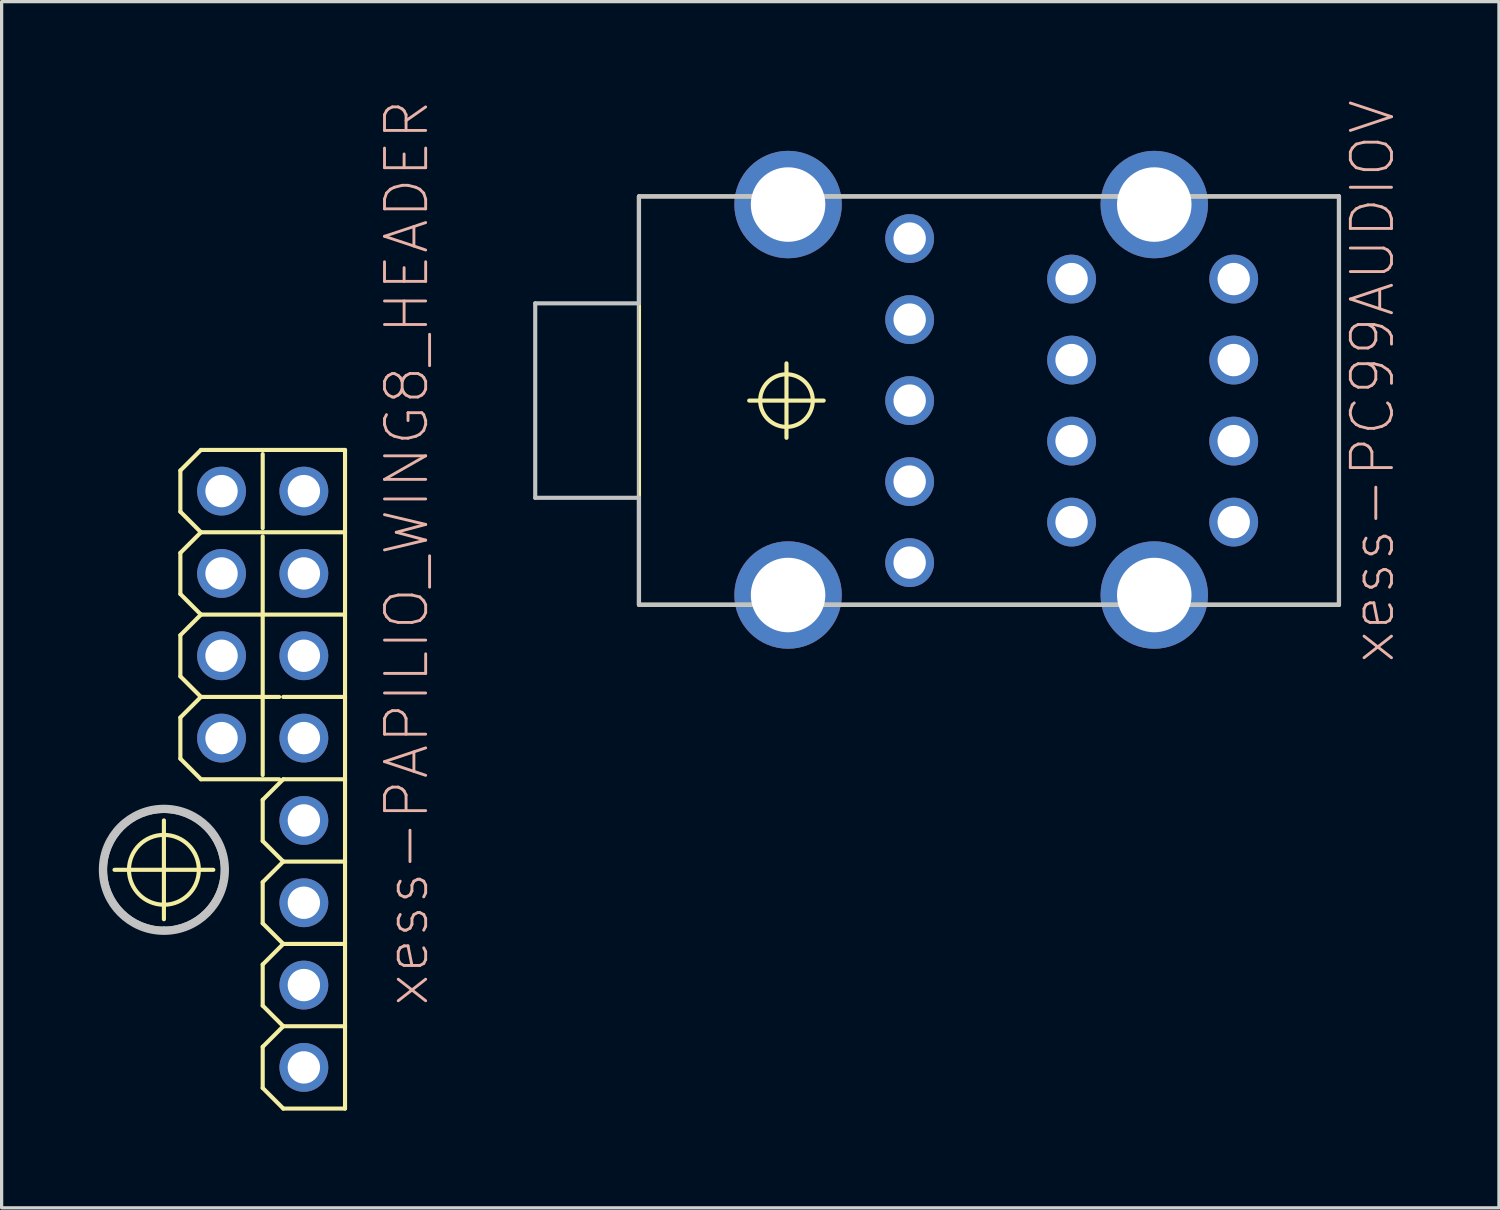
<source format=kicad_pcb>
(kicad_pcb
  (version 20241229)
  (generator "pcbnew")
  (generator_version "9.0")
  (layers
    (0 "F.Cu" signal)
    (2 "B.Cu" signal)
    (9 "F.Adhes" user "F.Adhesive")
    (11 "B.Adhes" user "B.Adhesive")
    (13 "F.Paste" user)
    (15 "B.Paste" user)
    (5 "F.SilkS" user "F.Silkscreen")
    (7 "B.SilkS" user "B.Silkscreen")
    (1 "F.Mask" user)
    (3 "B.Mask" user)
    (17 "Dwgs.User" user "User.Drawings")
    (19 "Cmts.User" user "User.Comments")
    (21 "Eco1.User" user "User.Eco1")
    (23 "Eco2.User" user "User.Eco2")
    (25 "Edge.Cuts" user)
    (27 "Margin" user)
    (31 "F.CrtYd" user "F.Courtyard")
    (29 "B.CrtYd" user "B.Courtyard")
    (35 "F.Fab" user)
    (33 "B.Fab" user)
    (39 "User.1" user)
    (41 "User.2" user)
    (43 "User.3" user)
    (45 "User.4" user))
  (footprint "xess-PAPILIO_WING8_HEADER"
    (layer "F.Cu")
    (at 6.325 12.102)
    (property "Reference" "xess-PAPILIO_WING8_HEADER" (at 3.175 1.905 90) (layer "B.SilkS") (effects (font (size 1.27 1.27) (thickness 0.089))))
    (attr exclude_from_pos_files exclude_from_bom)
    (fp_line (start -5.842 11.684) (end -2.794 11.684) (stroke (width 0.127) (type solid)) (layer "F.SilkS"))
    (fp_line (start -4.318 13.208) (end -4.318 10.16) (stroke (width 0.127) (type solid)) (layer "F.SilkS"))
    (fp_line (start -3.81 -0.635) (end -3.175 -1.27) (stroke (width 0.127) (type solid)) (layer "F.SilkS"))
    (fp_line (start -3.81 0.635) (end -3.81 -0.635) (stroke (width 0.127) (type solid)) (layer "F.SilkS"))
    (fp_line (start -3.81 1.905) (end -3.175 1.27) (stroke (width 0.127) (type solid)) (layer "F.SilkS"))
    (fp_line (start -3.81 3.175) (end -3.81 1.905) (stroke (width 0.127) (type solid)) (layer "F.SilkS"))
    (fp_line (start -3.81 4.445) (end -3.175 3.81) (stroke (width 0.127) (type solid)) (layer "F.SilkS"))
    (fp_line (start -3.81 5.715) (end -3.81 4.445) (stroke (width 0.127) (type solid)) (layer "F.SilkS"))
    (fp_line (start -3.81 5.715) (end -3.175 6.35) (stroke (width 0.127) (type solid)) (layer "F.SilkS"))
    (fp_line (start -3.81 6.985) (end -3.175 6.35) (stroke (width 0.127) (type solid)) (layer "F.SilkS"))
    (fp_line (start -3.81 8.255) (end -3.81 6.985) (stroke (width 0.127) (type solid)) (layer "F.SilkS"))
    (fp_line (start -3.175 -1.27) (end 1.27 -1.27) (stroke (width 0.127) (type solid)) (layer "F.SilkS"))
    (fp_line (start -3.175 1.27) (end -3.81 0.635) (stroke (width 0.127) (type solid)) (layer "F.SilkS"))
    (fp_line (start -3.175 1.27) (end 1.27 1.27) (stroke (width 0.127) (type solid)) (layer "F.SilkS"))
    (fp_line (start -3.175 3.81) (end -3.81 3.175) (stroke (width 0.127) (type solid)) (layer "F.SilkS"))
    (fp_line (start -3.175 3.81) (end 1.27 3.81) (stroke (width 0.127) (type solid)) (layer "F.SilkS"))
    (fp_line (start -3.175 6.35) (end -0.762 6.35) (stroke (width 0.127) (type solid)) (layer "F.SilkS"))
    (fp_line (start -3.175 8.89) (end -3.81 8.255) (stroke (width 0.127) (type solid)) (layer "F.SilkS"))
    (fp_line (start -3.175 8.89) (end -0.762 8.89) (stroke (width 0.127) (type solid)) (layer "F.SilkS"))
    (fp_line (start -1.27 1.143) (end -1.27 -1.143) (stroke (width 0.127) (type solid)) (layer "F.SilkS"))
    (fp_line (start -1.27 8.76) (end -1.27 1.397) (stroke (width 0.127) (type solid)) (layer "F.SilkS"))
    (fp_line (start -1.27 9.525) (end -0.635 8.89) (stroke (width 0.127) (type solid)) (layer "F.SilkS"))
    (fp_line (start -1.27 10.795) (end -1.27 9.525) (stroke (width 0.127) (type solid)) (layer "F.SilkS"))
    (fp_line (start -1.27 12.065) (end -0.635 11.43) (stroke (width 0.127) (type solid)) (layer "F.SilkS"))
    (fp_line (start -1.27 13.335) (end -1.27 12.065) (stroke (width 0.127) (type solid)) (layer "F.SilkS"))
    (fp_line (start -1.27 13.335) (end -0.635 13.97) (stroke (width 0.127) (type solid)) (layer "F.SilkS"))
    (fp_line (start -1.27 14.605) (end -0.635 13.97) (stroke (width 0.127) (type solid)) (layer "F.SilkS"))
    (fp_line (start -1.27 15.875) (end -1.27 14.605) (stroke (width 0.127) (type solid)) (layer "F.SilkS"))
    (fp_line (start -1.27 17.145) (end -0.635 16.51) (stroke (width 0.127) (type solid)) (layer "F.SilkS"))
    (fp_line (start -1.27 18.415) (end -1.27 17.145) (stroke (width 0.127) (type solid)) (layer "F.SilkS"))
    (fp_line (start -0.635 6.35) (end 1.27 6.35) (stroke (width 0.127) (type solid)) (layer "F.SilkS"))
    (fp_line (start -0.635 8.89) (end 1.27 8.89) (stroke (width 0.127) (type solid)) (layer "F.SilkS"))
    (fp_line (start -0.635 11.43) (end -1.27 10.795) (stroke (width 0.127) (type solid)) (layer "F.SilkS"))
    (fp_line (start -0.635 11.43) (end 1.27 11.43) (stroke (width 0.127) (type solid)) (layer "F.SilkS"))
    (fp_line (start -0.635 13.97) (end 1.27 13.97) (stroke (width 0.127) (type solid)) (layer "F.SilkS"))
    (fp_line (start -0.635 16.51) (end -1.27 15.875) (stroke (width 0.127) (type solid)) (layer "F.SilkS"))
    (fp_line (start -0.635 16.51) (end 1.27 16.51) (stroke (width 0.127) (type solid)) (layer "F.SilkS"))
    (fp_line (start -0.635 19.05) (end -1.27 18.415) (stroke (width 0.127) (type solid)) (layer "F.SilkS"))
    (fp_line (start -0.635 19.05) (end 1.27 19.05) (stroke (width 0.127) (type solid)) (layer "F.SilkS"))
    (fp_line (start 1.27 1.27) (end 1.27 -1.27) (stroke (width 0.127) (type solid)) (layer "F.SilkS"))
    (fp_line (start 1.27 3.81) (end 1.27 1.27) (stroke (width 0.127) (type solid)) (layer "F.SilkS"))
    (fp_line (start 1.27 6.35) (end 1.27 3.81) (stroke (width 0.127) (type solid)) (layer "F.SilkS"))
    (fp_line (start 1.27 8.89) (end 1.27 6.35) (stroke (width 0.127) (type solid)) (layer "F.SilkS"))
    (fp_line (start 1.27 11.43) (end 1.27 8.89) (stroke (width 0.127) (type solid)) (layer "F.SilkS"))
    (fp_line (start 1.27 13.97) (end 1.27 11.43) (stroke (width 0.127) (type solid)) (layer "F.SilkS"))
    (fp_line (start 1.27 16.51) (end 1.27 13.97) (stroke (width 0.127) (type solid)) (layer "F.SilkS"))
    (fp_line (start 1.27 19.05) (end 1.27 16.51) (stroke (width 0.127) (type solid)) (layer "F.SilkS"))
    (fp_circle (center -4.318 11.684) (end -5.08 12.446) (stroke (width 0.127) (type solid)) (fill no) (layer "F.SilkS"))
    (fp_line (start -2.794 -0.254) (end -2.286 -0.254) (stroke (width 0.066) (type solid)) (layer "Dwgs.User"))
    (fp_line (start -2.794 0.254) (end -2.794 -0.254) (stroke (width 0.066) (type solid)) (layer "Dwgs.User"))
    (fp_line (start -2.794 0.254) (end -2.286 0.254) (stroke (width 0.066) (type solid)) (layer "Dwgs.User"))
    (fp_line (start -2.794 2.286) (end -2.286 2.286) (stroke (width 0.066) (type solid)) (layer "Dwgs.User"))
    (fp_line (start -2.794 2.794) (end -2.794 2.286) (stroke (width 0.066) (type solid)) (layer "Dwgs.User"))
    (fp_line (start -2.794 2.794) (end -2.286 2.794) (stroke (width 0.066) (type solid)) (layer "Dwgs.User"))
    (fp_line (start -2.794 4.826) (end -2.286 4.826) (stroke (width 0.066) (type solid)) (layer "Dwgs.User"))
    (fp_line (start -2.794 5.334) (end -2.794 4.826) (stroke (width 0.066) (type solid)) (layer "Dwgs.User"))
    (fp_line (start -2.794 5.334) (end -2.286 5.334) (stroke (width 0.066) (type solid)) (layer "Dwgs.User"))
    (fp_line (start -2.794 7.366) (end -2.286 7.366) (stroke (width 0.066) (type solid)) (layer "Dwgs.User"))
    (fp_line (start -2.794 7.874) (end -2.794 7.366) (stroke (width 0.066) (type solid)) (layer "Dwgs.User"))
    (fp_line (start -2.794 7.874) (end -2.286 7.874) (stroke (width 0.066) (type solid)) (layer "Dwgs.User"))
    (fp_line (start -2.286 0.254) (end -2.286 -0.254) (stroke (width 0.066) (type solid)) (layer "Dwgs.User"))
    (fp_line (start -2.286 2.794) (end -2.286 2.286) (stroke (width 0.066) (type solid)) (layer "Dwgs.User"))
    (fp_line (start -2.286 5.334) (end -2.286 4.826) (stroke (width 0.066) (type solid)) (layer "Dwgs.User"))
    (fp_line (start -2.286 7.874) (end -2.286 7.366) (stroke (width 0.066) (type solid)) (layer "Dwgs.User"))
    (fp_line (start -0.254 -0.254) (end 0.254 -0.254) (stroke (width 0.066) (type solid)) (layer "Dwgs.User"))
    (fp_line (start -0.254 0.254) (end -0.254 -0.254) (stroke (width 0.066) (type solid)) (layer "Dwgs.User"))
    (fp_line (start -0.254 0.254) (end 0.254 0.254) (stroke (width 0.066) (type solid)) (layer "Dwgs.User"))
    (fp_line (start -0.254 2.286) (end 0.254 2.286) (stroke (width 0.066) (type solid)) (layer "Dwgs.User"))
    (fp_line (start -0.254 2.794) (end -0.254 2.286) (stroke (width 0.066) (type solid)) (layer "Dwgs.User"))
    (fp_line (start -0.254 2.794) (end 0.254 2.794) (stroke (width 0.066) (type solid)) (layer "Dwgs.User"))
    (fp_line (start -0.254 4.826) (end 0.254 4.826) (stroke (width 0.066) (type solid)) (layer "Dwgs.User"))
    (fp_line (start -0.254 5.334) (end -0.254 4.826) (stroke (width 0.066) (type solid)) (layer "Dwgs.User"))
    (fp_line (start -0.254 5.334) (end 0.254 5.334) (stroke (width 0.066) (type solid)) (layer "Dwgs.User"))
    (fp_line (start -0.254 7.366) (end 0.254 7.366) (stroke (width 0.066) (type solid)) (layer "Dwgs.User"))
    (fp_line (start -0.254 7.874) (end -0.254 7.366) (stroke (width 0.066) (type solid)) (layer "Dwgs.User"))
    (fp_line (start -0.254 7.874) (end 0.254 7.874) (stroke (width 0.066) (type solid)) (layer "Dwgs.User"))
    (fp_line (start -0.254 9.906) (end 0.254 9.906) (stroke (width 0.066) (type solid)) (layer "Dwgs.User"))
    (fp_line (start -0.254 10.414) (end -0.254 9.906) (stroke (width 0.066) (type solid)) (layer "Dwgs.User"))
    (fp_line (start -0.254 10.414) (end 0.254 10.414) (stroke (width 0.066) (type solid)) (layer "Dwgs.User"))
    (fp_line (start -0.254 12.446) (end 0.254 12.446) (stroke (width 0.066) (type solid)) (layer "Dwgs.User"))
    (fp_line (start -0.254 12.954) (end -0.254 12.446) (stroke (width 0.066) (type solid)) (layer "Dwgs.User"))
    (fp_line (start -0.254 12.954) (end 0.254 12.954) (stroke (width 0.066) (type solid)) (layer "Dwgs.User"))
    (fp_line (start -0.254 14.986) (end 0.254 14.986) (stroke (width 0.066) (type solid)) (layer "Dwgs.User"))
    (fp_line (start -0.254 15.494) (end -0.254 14.986) (stroke (width 0.066) (type solid)) (layer "Dwgs.User"))
    (fp_line (start -0.254 15.494) (end 0.254 15.494) (stroke (width 0.066) (type solid)) (layer "Dwgs.User"))
    (fp_line (start -0.254 17.523) (end 0.254 17.523) (stroke (width 0.066) (type solid)) (layer "Dwgs.User"))
    (fp_line (start -0.254 18.034) (end -0.254 17.523) (stroke (width 0.066) (type solid)) (layer "Dwgs.User"))
    (fp_line (start -0.254 18.034) (end 0.254 18.034) (stroke (width 0.066) (type solid)) (layer "Dwgs.User"))
    (fp_line (start 0.254 0.254) (end 0.254 -0.254) (stroke (width 0.066) (type solid)) (layer "Dwgs.User"))
    (fp_line (start 0.254 2.794) (end 0.254 2.286) (stroke (width 0.066) (type solid)) (layer "Dwgs.User"))
    (fp_line (start 0.254 5.334) (end 0.254 4.826) (stroke (width 0.066) (type solid)) (layer "Dwgs.User"))
    (fp_line (start 0.254 7.874) (end 0.254 7.366) (stroke (width 0.066) (type solid)) (layer "Dwgs.User"))
    (fp_line (start 0.254 10.414) (end 0.254 9.906) (stroke (width 0.066) (type solid)) (layer "Dwgs.User"))
    (fp_line (start 0.254 12.954) (end 0.254 12.446) (stroke (width 0.066) (type solid)) (layer "Dwgs.User"))
    (fp_line (start 0.254 15.494) (end 0.254 14.986) (stroke (width 0.066) (type solid)) (layer "Dwgs.User"))
    (fp_line (start 0.254 18.034) (end 0.254 17.523) (stroke (width 0.066) (type solid)) (layer "Dwgs.User"))
    (fp_arc (start -4.318 9.8298) (mid -2.4638 11.684) (end -4.318 13.5382) (stroke (width 0.2032) (type solid)) (layer "Dwgs.User"))
    (fp_arc (start -4.318 9.8298) (mid -2.4638 11.684) (end -4.318 13.5382) (stroke (width 0.2032) (type solid)) (layer "Dwgs.User"))
    (fp_arc (start -4.318 13.5382) (mid -6.1722 11.684) (end -4.318 9.8298) (stroke (width 0.2032) (type solid)) (layer "Dwgs.User"))
    (fp_arc (start -4.318 13.5382) (mid -6.1722 11.684) (end -4.318 9.8298) (stroke (width 0.2032) (type solid)) (layer "Dwgs.User"))
    (fp_circle (center -4.318 11.684) (end -5.715 13.081) (stroke (width 0.064) (type solid)) (fill no) (layer "Dwgs.User"))
    (pad "2V5" thru_hole circle (at -2.54 2.54) (size 1.506 1.506) (drill 0.998) (layers "*.Cu" "*.Mask"))
    (pad "3V3" thru_hole circle (at -2.54 5.08) (size 1.506 1.506) (drill 0.998) (layers "*.Cu" "*.Mask"))
    (pad "5V0" thru_hole circle (at -2.54 7.62) (size 1.506 1.506) (drill 0.998) (layers "*.Cu" "*.Mask"))
    (pad "A1" thru_hole circle (at 0 0) (size 1.506 1.506) (drill 0.998) (layers "*.Cu" "*.Mask"))
    (pad "A2" thru_hole circle (at 0 2.54) (size 1.506 1.506) (drill 0.998) (layers "*.Cu" "*.Mask"))
    (pad "A3" thru_hole circle (at 0 5.08) (size 1.506 1.506) (drill 0.998) (layers "*.Cu" "*.Mask"))
    (pad "A4" thru_hole circle (at 0 7.62) (size 1.506 1.506) (drill 0.998) (layers "*.Cu" "*.Mask"))
    (pad "A5" thru_hole circle (at 0 10.16) (size 1.506 1.506) (drill 0.998) (layers "*.Cu" "*.Mask"))
    (pad "A6" thru_hole circle (at 0 12.7) (size 1.506 1.506) (drill 0.998) (layers "*.Cu" "*.Mask"))
    (pad "A7" thru_hole circle (at 0 15.24) (size 1.506 1.506) (drill 0.998) (layers "*.Cu" "*.Mask"))
    (pad "A8" thru_hole circle (at 0 17.78) (size 1.506 1.506) (drill 0.998) (layers "*.Cu" "*.Mask"))
    (pad "GND" thru_hole circle (at -2.54 0) (size 1.506 1.506) (drill 0.998) (layers "*.Cu" "*.Mask")))
  (footprint "xess-PC99AUDIOV"
    (layer "F.Cu")
    (at 25.033 9.309)
    (property "Reference" "xess-PC99AUDIOV" (at 14.265 -0.594 90) (layer "B.SilkS") (effects (font (size 1.27 1.27) (thickness 0.089))))
    (attr exclude_from_pos_files exclude_from_bom)
    (fp_line (start -8.369 -6.299) (end 13.228 -6.299) (stroke (width 0.127) (type solid)) (layer "F.SilkS"))
    (fp_line (start -8.369 6.299) (end -8.369 -6.299) (stroke (width 0.127) (type solid)) (layer "F.SilkS"))
    (fp_line (start -4.968 0) (end -2.67 0) (stroke (width 0.127) (type solid)) (layer "F.SilkS"))
    (fp_line (start -3.818 1.148) (end -3.818 -1.148) (stroke (width 0.127) (type solid)) (layer "F.SilkS"))
    (fp_line (start 13.228 -6.299) (end 13.228 6.299) (stroke (width 0.127) (type solid)) (layer "F.SilkS"))
    (fp_line (start 13.228 6.299) (end -8.369 6.299) (stroke (width 0.127) (type solid)) (layer "F.SilkS"))
    (fp_circle (center -3.818 0) (end -4.392 0.574) (stroke (width 0.127) (type solid)) (fill no) (layer "F.SilkS"))
    (fp_line (start -11.57 -3) (end -11.57 3) (stroke (width 0.127) (type solid)) (layer "Dwgs.User"))
    (fp_line (start -11.57 3) (end -8.369 3) (stroke (width 0.127) (type solid)) (layer "Dwgs.User"))
    (fp_line (start -8.4 -6.299) (end 13.198 -6.299) (stroke (width 0.066) (type solid)) (layer "Dwgs.User"))
    (fp_line (start -8.4 6.299) (end -8.4 -6.299) (stroke (width 0.066) (type solid)) (layer "Dwgs.User"))
    (fp_line (start -8.4 6.299) (end 13.198 6.299) (stroke (width 0.066) (type solid)) (layer "Dwgs.User"))
    (fp_line (start -8.369 -6.299) (end -8.369 -3) (stroke (width 0.127) (type solid)) (layer "Dwgs.User"))
    (fp_line (start -8.369 -3) (end -11.57 -3) (stroke (width 0.127) (type solid)) (layer "Dwgs.User"))
    (fp_line (start -8.369 3) (end -8.369 6.299) (stroke (width 0.127) (type solid)) (layer "Dwgs.User"))
    (fp_line (start -8.369 6.299) (end 13.228 6.299) (stroke (width 0.127) (type solid)) (layer "Dwgs.User"))
    (fp_line (start 13.198 6.299) (end 13.198 -6.299) (stroke (width 0.066) (type solid)) (layer "Dwgs.User"))
    (fp_line (start 13.228 -6.299) (end -8.369 -6.299) (stroke (width 0.127) (type solid)) (layer "Dwgs.User"))
    (fp_line (start 13.228 6.299) (end 13.228 -6.299) (stroke (width 0.127) (type solid)) (layer "Dwgs.User"))
    (pad "1" thru_hole circle (at -0.018 0) (size 1.506 1.506) (drill 0.998) (layers "*.Cu" "*.Mask"))
    (pad "2" thru_hole circle (at -0.018 4.999) (size 1.506 1.506) (drill 0.998) (layers "*.Cu" "*.Mask"))
    (pad "3" thru_hole circle (at -0.018 2.499) (size 1.506 1.506) (drill 0.998) (layers "*.Cu" "*.Mask"))
    (pad "4" thru_hole circle (at -0.018 -2.499) (size 1.506 1.506) (drill 0.998) (layers "*.Cu" "*.Mask"))
    (pad "5" thru_hole circle (at -0.018 -4.999) (size 1.506 1.506) (drill 0.998) (layers "*.Cu" "*.Mask"))
    (pad "22" thru_hole circle (at 4.978 3.749) (size 1.506 1.506) (drill 0.998) (layers "*.Cu" "*.Mask"))
    (pad "23" thru_hole circle (at 4.978 1.25) (size 1.506 1.506) (drill 0.998) (layers "*.Cu" "*.Mask"))
    (pad "24" thru_hole circle (at 4.978 -1.25) (size 1.506 1.506) (drill 0.998) (layers "*.Cu" "*.Mask"))
    (pad "25" thru_hole circle (at 4.978 -3.749) (size 1.506 1.506) (drill 0.998) (layers "*.Cu" "*.Mask"))
    (pad "32" thru_hole circle (at 9.98 3.749) (size 1.506 1.506) (drill 0.998) (layers "*.Cu" "*.Mask"))
    (pad "33" thru_hole circle (at 9.98 1.25) (size 1.506 1.506) (drill 0.998) (layers "*.Cu" "*.Mask"))
    (pad "34" thru_hole circle (at 9.98 -1.25) (size 1.506 1.506) (drill 0.998) (layers "*.Cu" "*.Mask"))
    (pad "35" thru_hole circle (at 9.98 -3.749) (size 1.506 1.506) (drill 0.998) (layers "*.Cu" "*.Mask"))
    (pad "S1" thru_hole circle (at -3.769 -6.048) (size 3.315 3.315) (drill 2.299) (layers "*.Cu" "*.Mask"))
    (pad "S2" thru_hole circle (at 7.529 -6.048) (size 3.315 3.315) (drill 2.299) (layers "*.Cu" "*.Mask"))
    (pad "S3" thru_hole circle (at 7.529 5.999) (size 3.315 3.315) (drill 2.299) (layers "*.Cu" "*.Mask"))
    (pad "S4" thru_hole circle (at -3.769 5.999) (size 3.315 3.315) (drill 2.299) (layers "*.Cu" "*.Mask")))
  (gr_rect
    (start -3 -3)
    (end 43.196 34.215)
    (stroke (width 0.1) (type default))
    (fill no)
    (layer "Edge.Cuts")))
</source>
